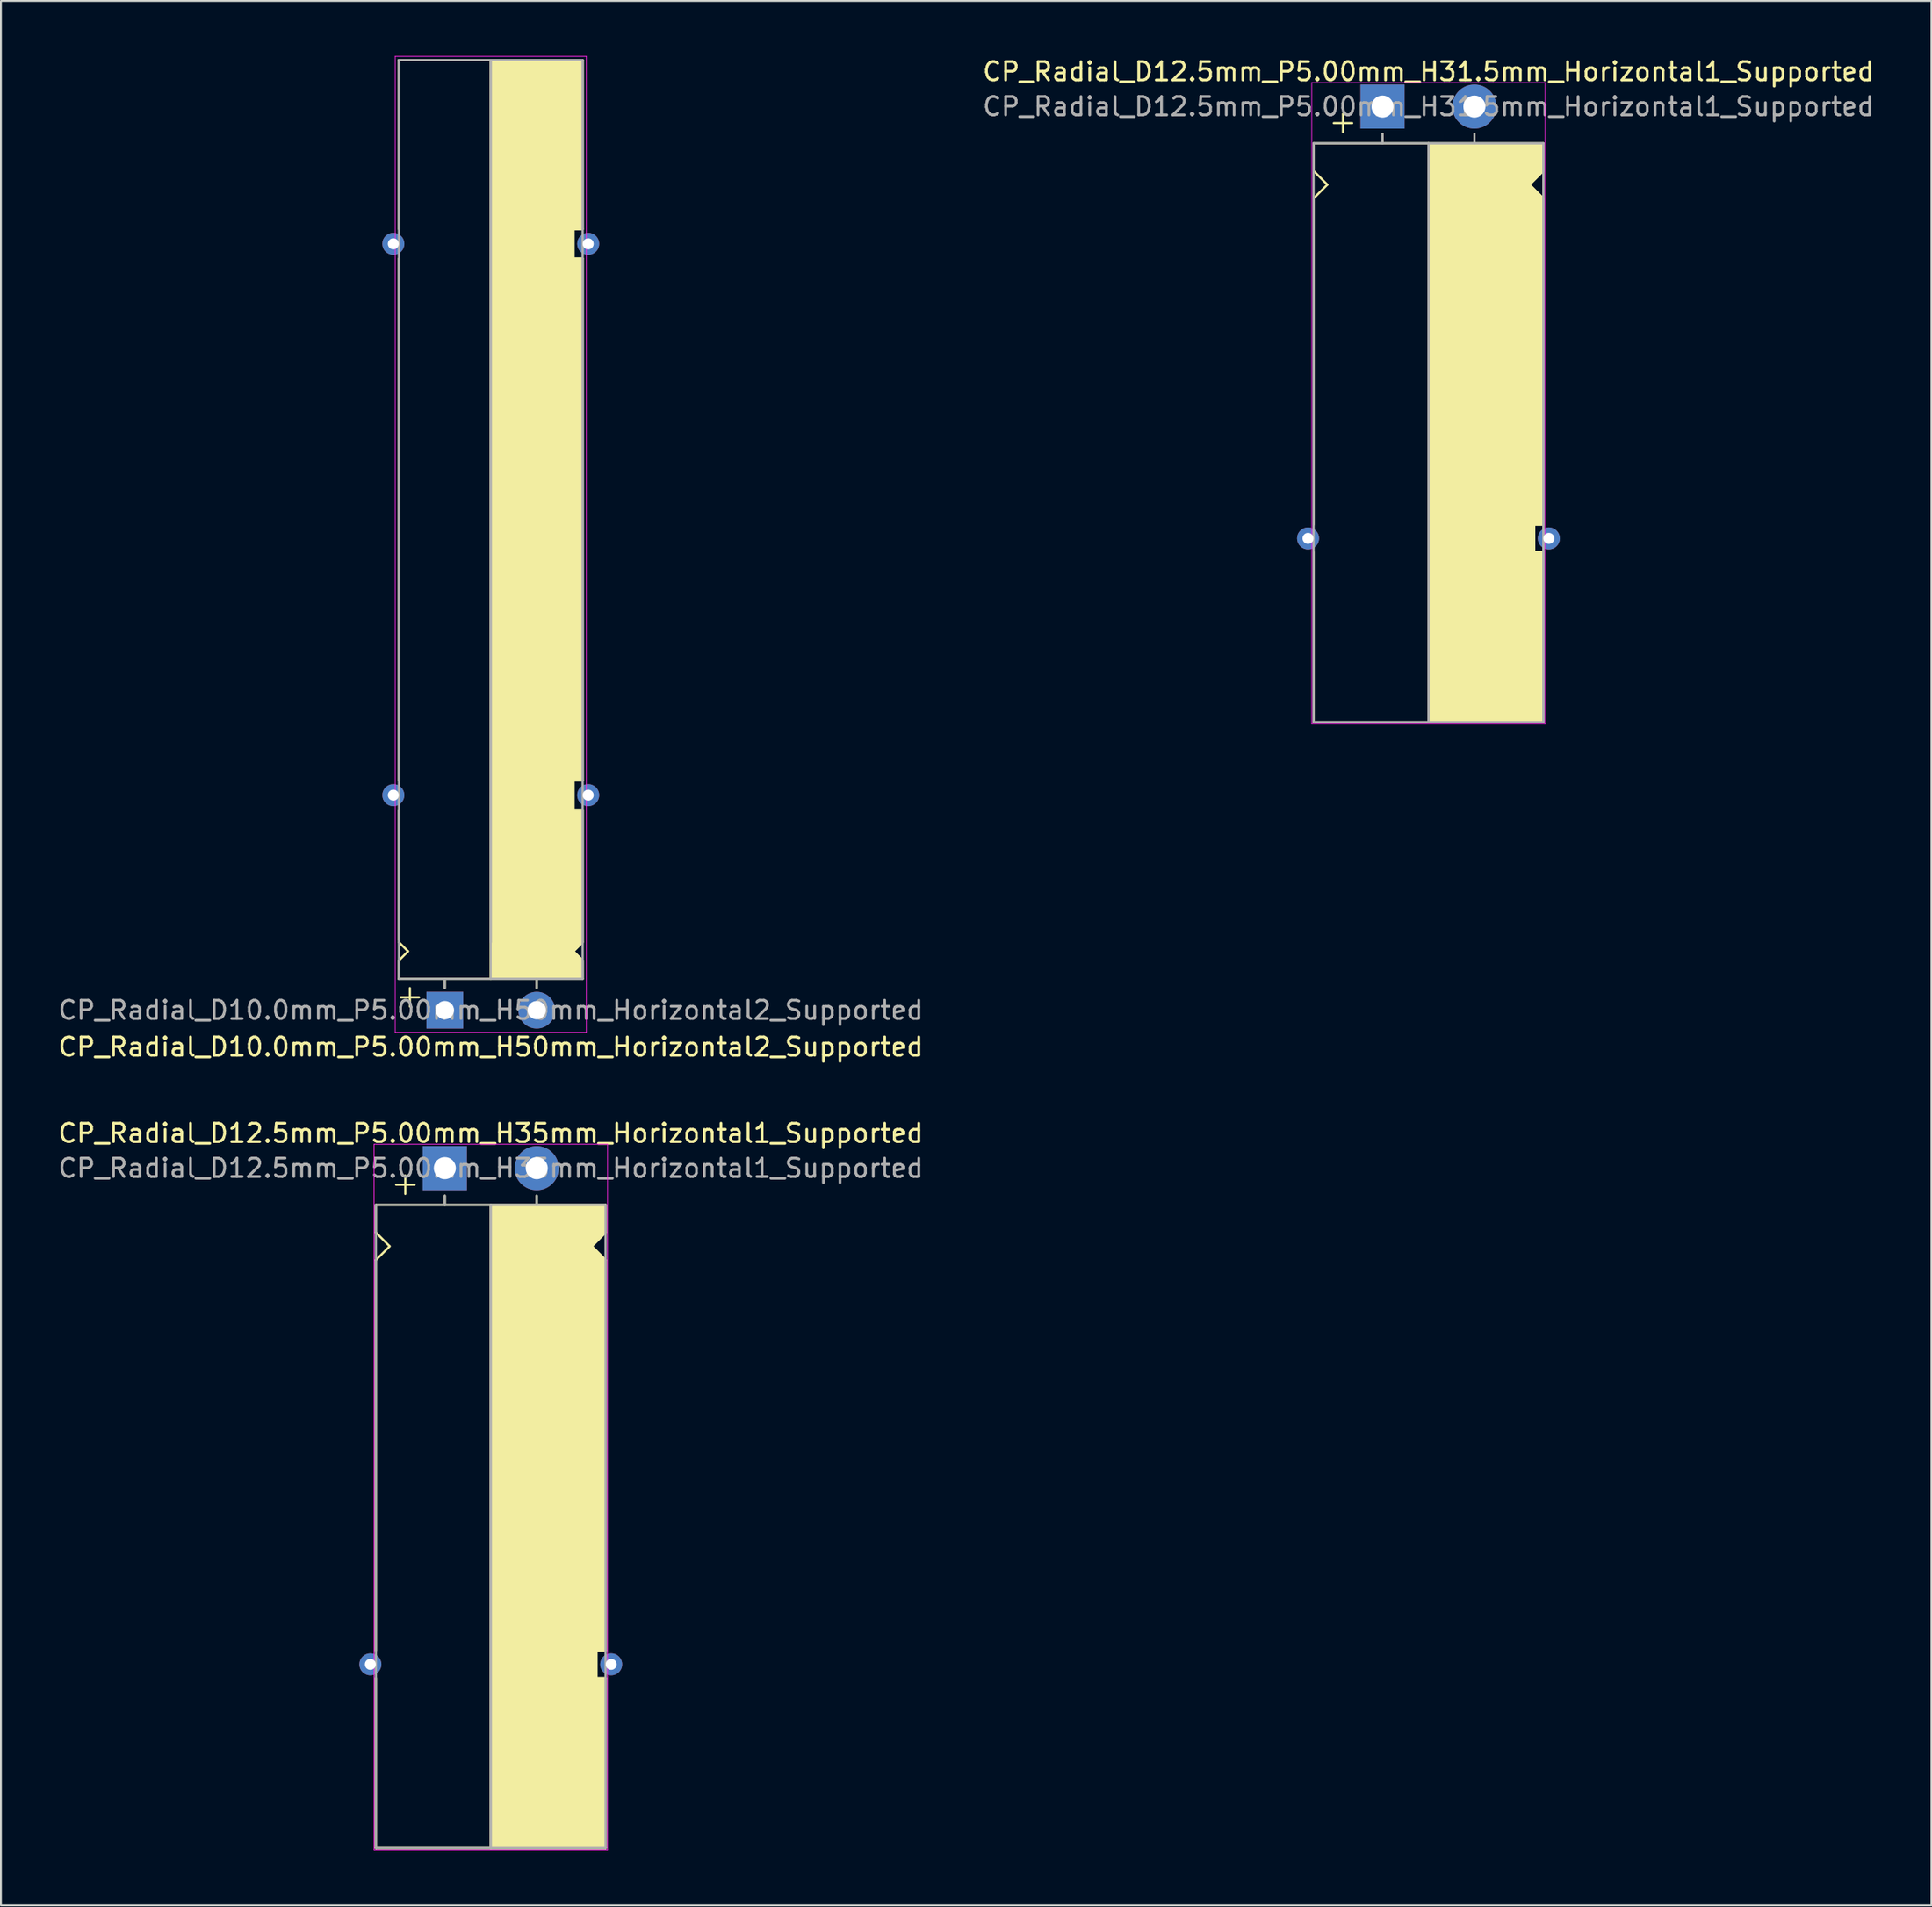
<source format=kicad_pcb>
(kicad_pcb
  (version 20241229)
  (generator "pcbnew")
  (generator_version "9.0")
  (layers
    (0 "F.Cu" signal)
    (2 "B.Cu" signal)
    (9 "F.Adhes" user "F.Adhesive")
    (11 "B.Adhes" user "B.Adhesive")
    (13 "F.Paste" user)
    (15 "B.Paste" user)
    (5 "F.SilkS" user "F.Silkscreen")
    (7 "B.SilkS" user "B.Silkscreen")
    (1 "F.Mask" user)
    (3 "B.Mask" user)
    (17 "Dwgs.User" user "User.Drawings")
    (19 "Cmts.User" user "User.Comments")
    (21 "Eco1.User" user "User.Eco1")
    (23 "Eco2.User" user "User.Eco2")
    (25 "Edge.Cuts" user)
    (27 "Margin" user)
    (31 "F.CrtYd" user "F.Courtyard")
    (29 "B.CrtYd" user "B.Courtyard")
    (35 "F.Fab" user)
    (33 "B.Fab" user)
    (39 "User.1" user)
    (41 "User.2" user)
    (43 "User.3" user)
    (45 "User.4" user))
  (footprint "CP_Radial_D12.5mm_P5.00mm_H35mm_Horizontal1_Supported"
    (layer "F.Cu")
    (at 21.149 60.517)
    (property "Reference" "CP_Radial_D12.5mm_P5.00mm_H35mm_Horizontal1_Supported" (at 2.5 -1.9 180) (layer "F.SilkS") (effects (font (size 1 1) (thickness 0.15))))
    (attr through_hole)
    (fp_line (start -3.75 2) (end -3.75 3.5) (stroke (width 0.12) (type solid)) (layer "F.SilkS"))
    (fp_line (start -3.75 3.5) (end -3 4.25) (stroke (width 0.12) (type solid)) (layer "F.SilkS"))
    (fp_line (start -3.75 5) (end -3.75 26.25) (stroke (width 0.12) (type solid)) (layer "F.SilkS"))
    (fp_line (start -3.75 37) (end -3.75 27.75) (stroke (width 0.12) (type solid)) (layer "F.SilkS"))
    (fp_line (start -3 4.25) (end -3.75 5) (stroke (width 0.12) (type solid)) (layer "F.SilkS"))
    (fp_line (start -2.15 0.4) (end -2.15 1.4) (stroke (width 0.12) (type solid)) (layer "F.SilkS"))
    (fp_line (start -1.65 0.9) (end -2.65 0.9) (stroke (width 0.12) (type solid)) (layer "F.SilkS"))
    (fp_line (start 0 1.5) (end 0 2) (stroke (width 0.12) (type solid)) (layer "F.SilkS"))
    (fp_line (start 2.5 2) (end -3.75 2) (stroke (width 0.12) (type solid)) (layer "F.SilkS"))
    (fp_line (start 2.5 2) (end 2.5 37) (stroke (width 0.12) (type solid)) (layer "F.SilkS"))
    (fp_line (start 2.5 2) (end 8.75 2) (stroke (width 0.12) (type solid)) (layer "F.SilkS"))
    (fp_line (start 5 1.5) (end 5 2) (stroke (width 0.12) (type solid)) (layer "F.SilkS"))
    (fp_line (start 8 4.25) (end 8.75 5) (stroke (width 0.12) (type solid)) (layer "F.SilkS"))
    (fp_line (start 8.25 26.25) (end 8.75 26.25) (stroke (width 0.12) (type solid)) (layer "F.SilkS"))
    (fp_line (start 8.25 27.75) (end 8.25 26.25) (stroke (width 0.12) (type solid)) (layer "F.SilkS"))
    (fp_line (start 8.75 2) (end 8.75 3.5) (stroke (width 0.12) (type solid)) (layer "F.SilkS"))
    (fp_line (start 8.75 3.5) (end 8 4.25) (stroke (width 0.12) (type solid)) (layer "F.SilkS"))
    (fp_line (start 8.75 5) (end 8.75 26.25) (stroke (width 0.12) (type solid)) (layer "F.SilkS"))
    (fp_line (start 8.75 27.75) (end 8.25 27.75) (stroke (width 0.12) (type solid)) (layer "F.SilkS"))
    (fp_line (start 8.75 37) (end -3.75 37) (stroke (width 0.12) (type solid)) (layer "F.SilkS"))
    (fp_line (start 8.75 37) (end 8.75 27.75) (stroke (width 0.12) (type solid)) (layer "F.SilkS"))
    (fp_poly (pts (xy 8.75 3.5) (xy 8 4.25) (xy 8.75 5) (xy 8.75 26.25) (xy 8.25 26.25) (xy 8.25 27.75) (xy 8.75 27.75) (xy 8.75 37) (xy 2.5 37) (xy 2.5 2) (xy 8.75 2)) (stroke (width 0.1) (type solid)) (fill yes) (layer "F.SilkS"))
    (fp_line (start -3.85 -1.3) (end 8.85 -1.3) (stroke (width 0.04) (type solid)) (layer "F.CrtYd"))
    (fp_line (start -3.85 37.1) (end -3.85 -1.3) (stroke (width 0.04) (type solid)) (layer "F.CrtYd"))
    (fp_line (start 8.85 -1.3) (end 8.85 37.1) (stroke (width 0.04) (type solid)) (layer "F.CrtYd"))
    (fp_line (start 8.85 37.1) (end -3.85 37.1) (stroke (width 0.04) (type solid)) (layer "F.CrtYd"))
    (fp_line (start -3.75 2) (end -3.75 37) (stroke (width 0.12) (type solid)) (layer "F.Fab"))
    (fp_line (start -3.75 37) (end 8.75 37) (stroke (width 0.12) (type solid)) (layer "F.Fab"))
    (fp_line (start 0 1.5) (end 0 2) (stroke (width 0.12) (type solid)) (layer "F.Fab"))
    (fp_line (start 0 2) (end -3.75 2) (stroke (width 0.12) (type solid)) (layer "F.Fab"))
    (fp_line (start 2.5 2) (end 2.5 37) (stroke (width 0.12) (type solid)) (layer "F.Fab"))
    (fp_line (start 5 2) (end 5 1.5) (stroke (width 0.12) (type solid)) (layer "F.Fab"))
    (fp_line (start 8.75 2) (end 0 2) (stroke (width 0.12) (type solid)) (layer "F.Fab"))
    (fp_line (start 8.75 37) (end 8.75 2) (stroke (width 0.12) (type solid)) (layer "F.Fab"))
    (fp_poly (pts (xy 8.75 37) (xy 2.5 37) (xy 2.5 2) (xy 8.75 2)) (stroke (width 0.1) (type solid)) (fill no) (layer "F.Fab"))
    (fp_text user "${REFERENCE}" (at 2.5 0 0) (layer "F.Fab") (effects (font (size 1 1) (thickness 0.15))))
    (pad "1" thru_hole rect (at 0 0) (size 2.4 2.4) (drill 1.2) (layers "*.Cu" "*.Mask"))
    (pad "2" thru_hole circle (at 5 0) (size 2.4 2.4) (drill 1.2) (layers "*.Cu" "*.Mask"))
    (pad "~" thru_hole circle (at -4.05 27) (size 1.2 1.2) (drill 0.6) (layers "*.Cu" "*.Mask"))
    (pad "~" thru_hole circle (at 9.05 27) (size 1.2 1.2) (drill 0.6) (layers "*.Cu" "*.Mask")))
  (footprint "CP_Radial_D12.5mm_P5.00mm_H31.5mm_Horizontal1_Supported"
    (layer "F.Cu")
    (at 72.161 2.748)
    (property "Reference" "CP_Radial_D12.5mm_P5.00mm_H31.5mm_Horizontal1_Supported" (at 2.5 -1.9 180) (layer "F.SilkS") (effects (font (size 1 1) (thickness 0.15))))
    (attr through_hole)
    (fp_line (start -3.75 2) (end -3.75 3.5) (stroke (width 0.12) (type solid)) (layer "F.SilkS"))
    (fp_line (start -3.75 3.5) (end -3 4.25) (stroke (width 0.12) (type solid)) (layer "F.SilkS"))
    (fp_line (start -3.75 5) (end -3.75 22.75) (stroke (width 0.12) (type solid)) (layer "F.SilkS"))
    (fp_line (start -3.75 33.5) (end -3.75 24.25) (stroke (width 0.12) (type solid)) (layer "F.SilkS"))
    (fp_line (start -3 4.25) (end -3.75 5) (stroke (width 0.12) (type solid)) (layer "F.SilkS"))
    (fp_line (start -2.15 0.4) (end -2.15 1.4) (stroke (width 0.12) (type solid)) (layer "F.SilkS"))
    (fp_line (start -1.65 0.9) (end -2.65 0.9) (stroke (width 0.12) (type solid)) (layer "F.SilkS"))
    (fp_line (start 0 1.5) (end 0 2) (stroke (width 0.12) (type solid)) (layer "F.SilkS"))
    (fp_line (start 2.5 2) (end -3.75 2) (stroke (width 0.12) (type solid)) (layer "F.SilkS"))
    (fp_line (start 2.5 2) (end 2.5 33.5) (stroke (width 0.12) (type solid)) (layer "F.SilkS"))
    (fp_line (start 2.5 2) (end 8.75 2) (stroke (width 0.12) (type solid)) (layer "F.SilkS"))
    (fp_line (start 5 1.5) (end 5 2) (stroke (width 0.12) (type solid)) (layer "F.SilkS"))
    (fp_line (start 8 4.25) (end 8.75 5) (stroke (width 0.12) (type solid)) (layer "F.SilkS"))
    (fp_line (start 8.25 22.75) (end 8.75 22.75) (stroke (width 0.12) (type solid)) (layer "F.SilkS"))
    (fp_line (start 8.25 24.25) (end 8.25 22.75) (stroke (width 0.12) (type solid)) (layer "F.SilkS"))
    (fp_line (start 8.75 2) (end 8.75 3.5) (stroke (width 0.12) (type solid)) (layer "F.SilkS"))
    (fp_line (start 8.75 3.5) (end 8 4.25) (stroke (width 0.12) (type solid)) (layer "F.SilkS"))
    (fp_line (start 8.75 5) (end 8.75 22.75) (stroke (width 0.12) (type solid)) (layer "F.SilkS"))
    (fp_line (start 8.75 24.25) (end 8.25 24.25) (stroke (width 0.12) (type solid)) (layer "F.SilkS"))
    (fp_line (start 8.75 33.5) (end -3.75 33.5) (stroke (width 0.12) (type solid)) (layer "F.SilkS"))
    (fp_line (start 8.75 33.5) (end 8.75 24.25) (stroke (width 0.12) (type solid)) (layer "F.SilkS"))
    (fp_poly (pts (xy 8.75 3.5) (xy 8 4.25) (xy 8.75 5) (xy 8.75 22.75) (xy 8.25 22.75) (xy 8.25 24.25) (xy 8.75 24.25) (xy 8.75 33.5) (xy 2.5 33.5) (xy 2.5 2) (xy 8.75 2)) (stroke (width 0.1) (type solid)) (fill yes) (layer "F.SilkS"))
    (fp_line (start -3.85 -1.3) (end 8.85 -1.3) (stroke (width 0.04) (type solid)) (layer "F.CrtYd"))
    (fp_line (start -3.85 33.6) (end -3.85 -1.3) (stroke (width 0.04) (type solid)) (layer "F.CrtYd"))
    (fp_line (start 8.85 -1.3) (end 8.85 33.6) (stroke (width 0.04) (type solid)) (layer "F.CrtYd"))
    (fp_line (start 8.85 33.6) (end -3.85 33.6) (stroke (width 0.04) (type solid)) (layer "F.CrtYd"))
    (fp_line (start -3.75 2) (end -3.75 33.5) (stroke (width 0.12) (type solid)) (layer "F.Fab"))
    (fp_line (start -3.75 33.5) (end 8.75 33.5) (stroke (width 0.12) (type solid)) (layer "F.Fab"))
    (fp_line (start 0 1.5) (end 0 2) (stroke (width 0.12) (type solid)) (layer "F.Fab"))
    (fp_line (start 0 2) (end -3.75 2) (stroke (width 0.12) (type solid)) (layer "F.Fab"))
    (fp_line (start 2.5 2) (end 2.5 33.5) (stroke (width 0.12) (type solid)) (layer "F.Fab"))
    (fp_line (start 5 2) (end 5 1.5) (stroke (width 0.12) (type solid)) (layer "F.Fab"))
    (fp_line (start 8.75 2) (end 0 2) (stroke (width 0.12) (type solid)) (layer "F.Fab"))
    (fp_line (start 8.75 33.5) (end 8.75 2) (stroke (width 0.12) (type solid)) (layer "F.Fab"))
    (fp_poly (pts (xy 8.75 33.5) (xy 2.5 33.5) (xy 2.5 2) (xy 8.75 2)) (stroke (width 0.1) (type solid)) (fill no) (layer "F.Fab"))
    (fp_text user "${REFERENCE}" (at 2.5 0 0) (layer "F.Fab") (effects (font (size 1 1) (thickness 0.15))))
    (pad "1" thru_hole rect (at 0 0) (size 2.4 2.4) (drill 1.2) (layers "*.Cu" "*.Mask"))
    (pad "2" thru_hole circle (at 5 0) (size 2.4 2.4) (drill 1.2) (layers "*.Cu" "*.Mask"))
    (pad "~" thru_hole circle (at -4.05 23.5) (size 1.2 1.2) (drill 0.6) (layers "*.Cu" "*.Mask"))
    (pad "~" thru_hole circle (at 9.05 23.5) (size 1.2 1.2) (drill 0.6) (layers "*.Cu" "*.Mask")))
  (footprint "CP_Radial_D10.0mm_P5.00mm_H50mm_Horizontal2_Supported"
    (layer "F.Cu")
    (at 21.149 51.92)
    (property "Reference" "CP_Radial_D10.0mm_P5.00mm_H50mm_Horizontal2_Supported" (at 2.5 2 0) (layer "F.SilkS") (effects (font (size 1 1) (thickness 0.15))))
    (attr through_hole)
    (fp_line (start -2.5 -51.7) (end 7.5 -51.7) (stroke (width 0.12) (type solid)) (layer "F.SilkS"))
    (fp_line (start -2.5 -42.5) (end -2.5 -51.7) (stroke (width 0.12) (type solid)) (layer "F.SilkS"))
    (fp_line (start -2.5 -12.5) (end -2.5 -40.9) (stroke (width 0.12) (type solid)) (layer "F.SilkS"))
    (fp_line (start -2.5 -3.8) (end -2.5 -10.9) (stroke (width 0.12) (type solid)) (layer "F.SilkS"))
    (fp_line (start -2.5 -2.7) (end -2 -3.2) (stroke (width 0.12) (type solid)) (layer "F.SilkS"))
    (fp_line (start -2.5 -1.7) (end -2.5 -2.7) (stroke (width 0.12) (type solid)) (layer "F.SilkS"))
    (fp_line (start -2 -3.2) (end -2.5 -3.7) (stroke (width 0.12) (type solid)) (layer "F.SilkS"))
    (fp_line (start -1.9 -1.2) (end -1.9 -0.2) (stroke (width 0.12) (type solid)) (layer "F.SilkS"))
    (fp_line (start -1.4 -0.7) (end -2.4 -0.7) (stroke (width 0.12) (type solid)) (layer "F.SilkS"))
    (fp_line (start 0 -1.7) (end 0 -1.2) (stroke (width 0.12) (type solid)) (layer "F.SilkS"))
    (fp_line (start 2.5 -51.7) (end 2.5 -1.7) (stroke (width 0.12) (type solid)) (layer "F.SilkS"))
    (fp_line (start 2.5 -1.7) (end -2.5 -1.7) (stroke (width 0.12) (type solid)) (layer "F.SilkS"))
    (fp_line (start 5 -1.7) (end 5 -1.2) (stroke (width 0.12) (type solid)) (layer "F.SilkS"))
    (fp_line (start 7 -42.5) (end 7.5 -42.5) (stroke (width 0.12) (type solid)) (layer "F.SilkS"))
    (fp_line (start 7 -40.9) (end 7 -42.5) (stroke (width 0.12) (type solid)) (layer "F.SilkS"))
    (fp_line (start 7 -12.5) (end 7.5 -12.5) (stroke (width 0.12) (type solid)) (layer "F.SilkS"))
    (fp_line (start 7 -10.9) (end 7 -12.5) (stroke (width 0.12) (type solid)) (layer "F.SilkS"))
    (fp_line (start 7 -3.2) (end 7.5 -3.7) (stroke (width 0.12) (type solid)) (layer "F.SilkS"))
    (fp_line (start 7.5 -42.5) (end 7.5 -51.7) (stroke (width 0.12) (type solid)) (layer "F.SilkS"))
    (fp_line (start 7.5 -40.9) (end 7 -40.9) (stroke (width 0.12) (type solid)) (layer "F.SilkS"))
    (fp_line (start 7.5 -12.5) (end 7.5 -40.9) (stroke (width 0.12) (type solid)) (layer "F.SilkS"))
    (fp_line (start 7.5 -10.9) (end 7 -10.9) (stroke (width 0.12) (type solid)) (layer "F.SilkS"))
    (fp_line (start 7.5 -3.7) (end 7.5 -10.9) (stroke (width 0.12) (type solid)) (layer "F.SilkS"))
    (fp_line (start 7.5 -2.7) (end 7 -3.2) (stroke (width 0.12) (type solid)) (layer "F.SilkS"))
    (fp_line (start 7.5 -1.7) (end 2.5 -1.7) (stroke (width 0.12) (type solid)) (layer "F.SilkS"))
    (fp_line (start 7.5 -1.7) (end 7.5 -2.7) (stroke (width 0.12) (type solid)) (layer "F.SilkS"))
    (fp_poly (pts (xy 7.5 -2.7) (xy 7 -3.2) (xy 7.5 -3.7) (xy 7.5 -10.9) (xy 7 -10.9) (xy 7 -12.5) (xy 7.5 -12.5) (xy 7.5 -40.9) (xy 7 -40.9) (xy 7 -42.5) (xy 7.5 -42.5) (xy 7.5 -51.7) (xy 2.5 -51.7) (xy 2.5 -1.7) (xy 7.5 -1.7)) (stroke (width 0.1) (type solid)) (fill yes) (layer "F.SilkS"))
    (fp_line (start -2.7 -51.9) (end -2.7 1.2) (stroke (width 0.04) (type solid)) (layer "F.CrtYd"))
    (fp_line (start -2.7 1.2) (end 5.3 1.2) (stroke (width 0.04) (type solid)) (layer "F.CrtYd"))
    (fp_line (start 5.3 1.2) (end 7.7 1.2) (stroke (width 0.04) (type solid)) (layer "F.CrtYd"))
    (fp_line (start 7.7 -51.9) (end -2.7 -51.9) (stroke (width 0.04) (type solid)) (layer "F.CrtYd"))
    (fp_line (start 7.7 1.2) (end 7.7 -51.9) (stroke (width 0.04) (type solid)) (layer "F.CrtYd"))
    (fp_line (start -2.5 -51.7) (end 7.5 -51.7) (stroke (width 0.12) (type solid)) (layer "F.Fab"))
    (fp_line (start -2.5 -1.7) (end -2.5 -51.7) (stroke (width 0.12) (type solid)) (layer "F.Fab"))
    (fp_line (start 0 -1.7) (end 0 -1.2) (stroke (width 0.12) (type solid)) (layer "F.Fab"))
    (fp_line (start 2.5 -3.7) (end 2.5 -51.7) (stroke (width 0.12) (type solid)) (layer "F.Fab"))
    (fp_line (start 5 -1.7) (end 5 -1.2) (stroke (width 0.12) (type solid)) (layer "F.Fab"))
    (fp_line (start 7.5 -51.7) (end 7.5 -1.7) (stroke (width 0.12) (type solid)) (layer "F.Fab"))
    (fp_line (start 7.5 -1.7) (end -2.5 -1.7) (stroke (width 0.12) (type solid)) (layer "F.Fab"))
    (fp_poly (pts (xy 7.5 -51.7) (xy 2.5 -51.7) (xy 2.5 -1.7) (xy 7.5 -1.7)) (stroke (width 0.1) (type solid)) (fill no) (layer "F.Fab"))
    (fp_text user "${REFERENCE}" (at 2.5 0 0) (layer "F.Fab") (effects (font (size 1 1) (thickness 0.15))))
    (pad "1" thru_hole rect (at 0 0) (size 2 2) (drill 1) (layers "*.Cu" "*.Mask"))
    (pad "2" thru_hole circle (at 5 0) (size 2 2) (drill 1) (layers "*.Cu" "*.Mask"))
    (pad "~" thru_hole circle (at -2.8 -41.7 180) (size 1.2 1.2) (drill 0.6) (layers "*.Cu" "*.Mask"))
    (pad "~" thru_hole circle (at -2.8 -11.7) (size 1.2 1.2) (drill 0.6) (layers "*.Cu" "*.Mask"))
    (pad "~" thru_hole circle (at 7.8 -41.7 180) (size 1.2 1.2) (drill 0.6) (layers "*.Cu" "*.Mask"))
    (pad "~" thru_hole circle (at 7.8 -11.7 180) (size 1.2 1.2) (drill 0.6) (layers "*.Cu" "*.Mask")))
  (gr_rect
    (start -3 -3)
    (end 102.024 100.636)
    (stroke (width 0.1) (type default))
    (fill no)
    (layer "Edge.Cuts")))
</source>
